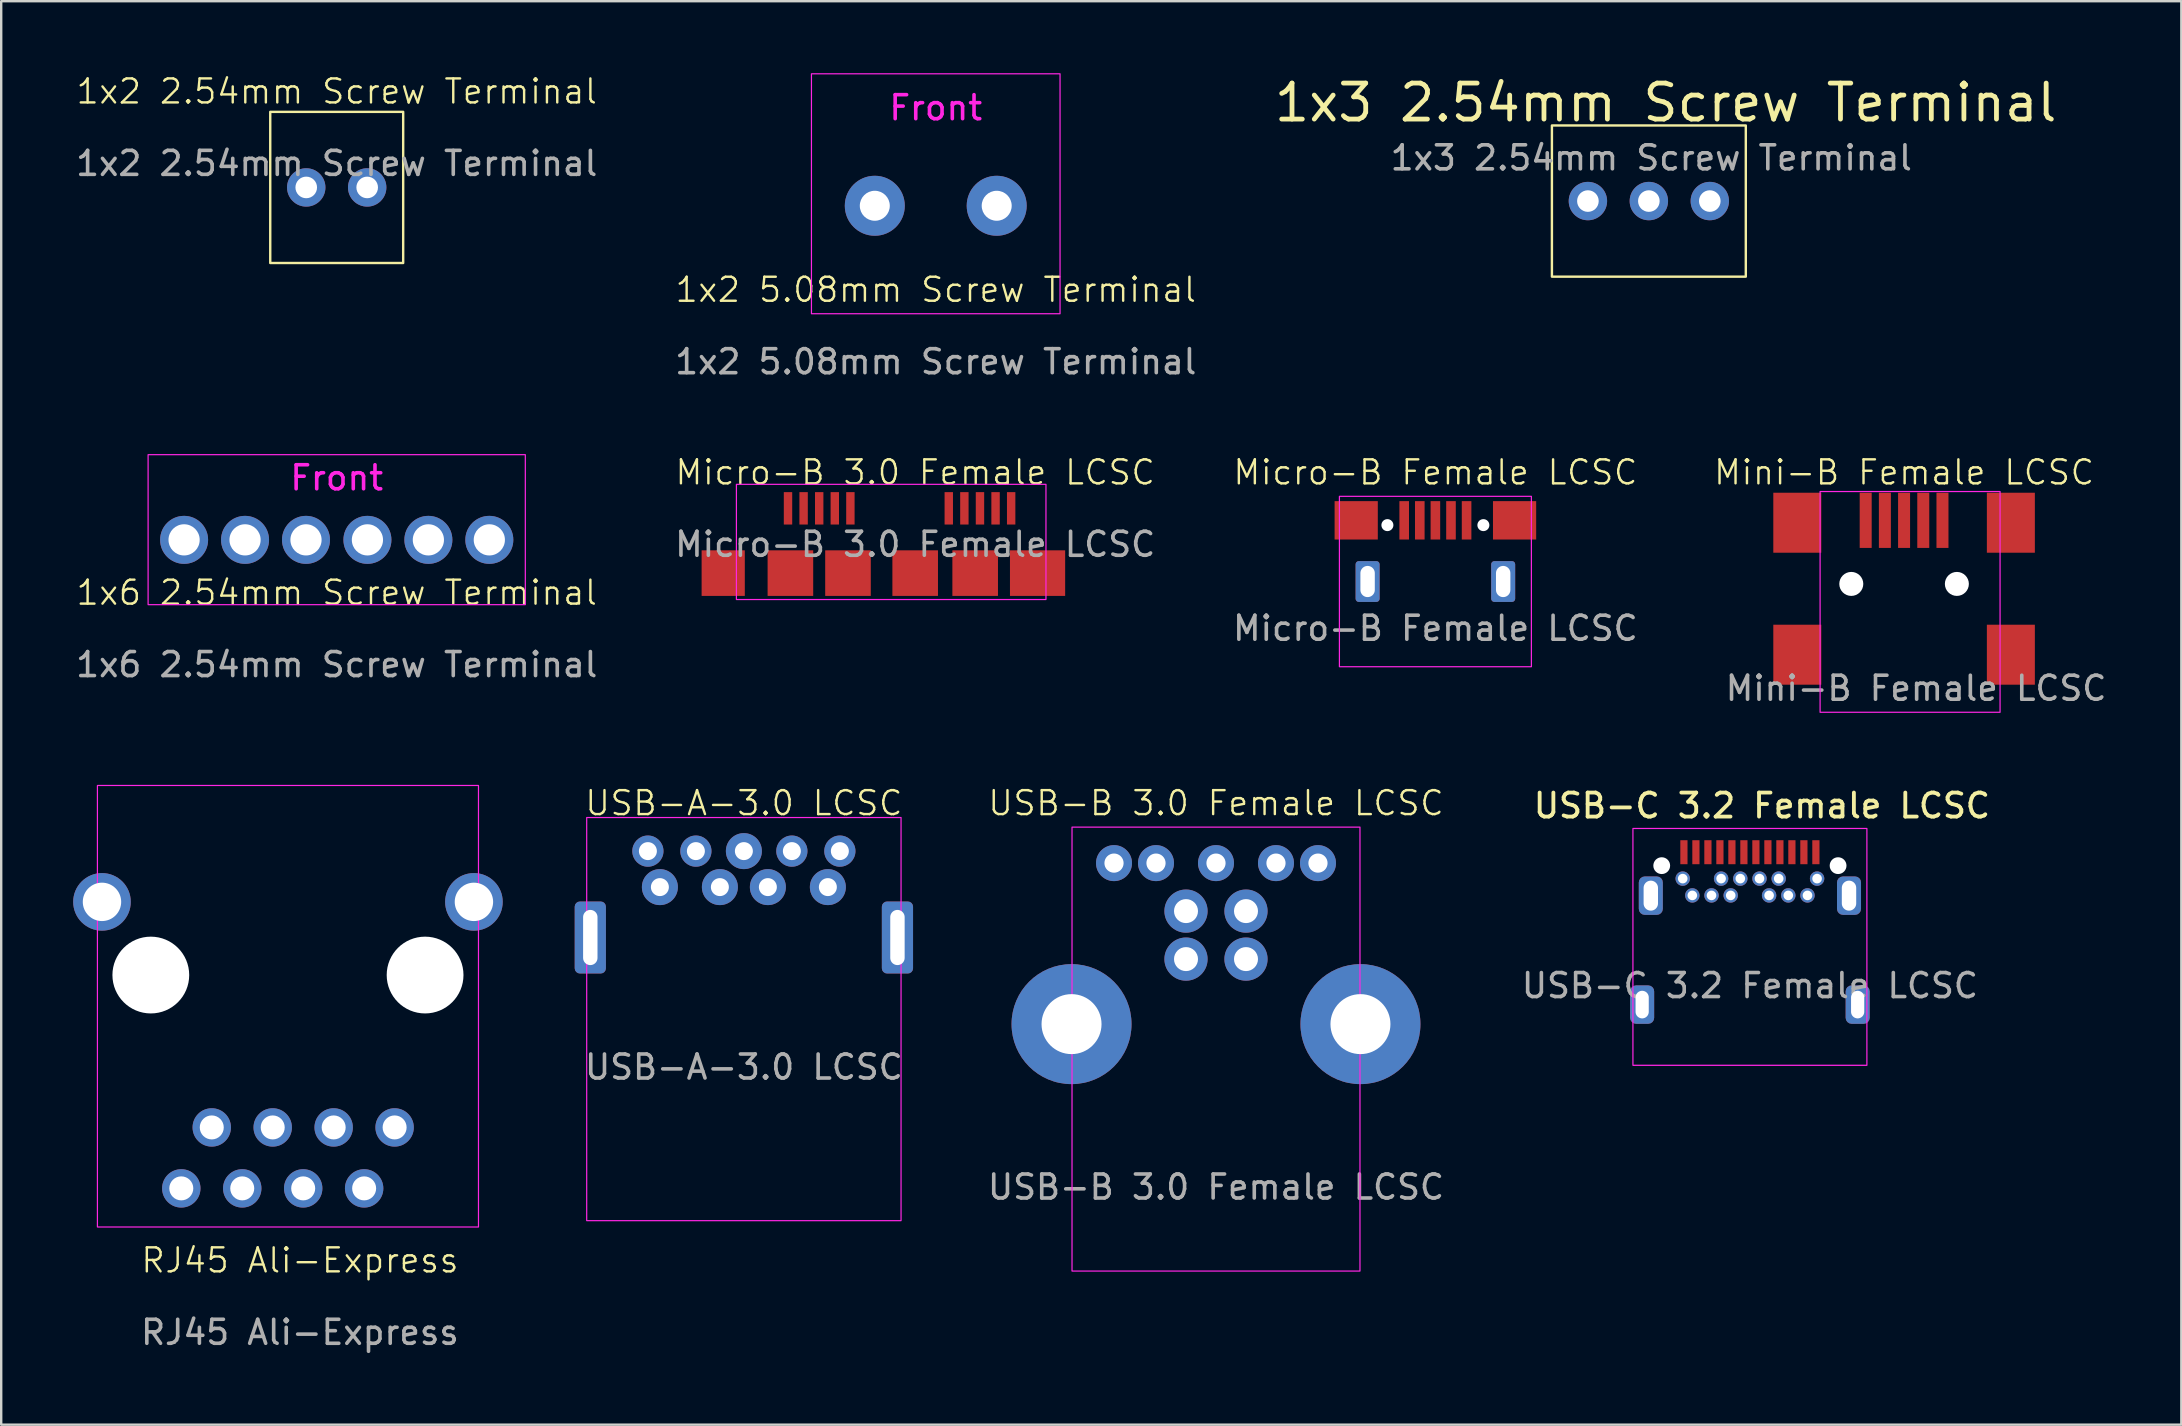
<source format=kicad_pcb>
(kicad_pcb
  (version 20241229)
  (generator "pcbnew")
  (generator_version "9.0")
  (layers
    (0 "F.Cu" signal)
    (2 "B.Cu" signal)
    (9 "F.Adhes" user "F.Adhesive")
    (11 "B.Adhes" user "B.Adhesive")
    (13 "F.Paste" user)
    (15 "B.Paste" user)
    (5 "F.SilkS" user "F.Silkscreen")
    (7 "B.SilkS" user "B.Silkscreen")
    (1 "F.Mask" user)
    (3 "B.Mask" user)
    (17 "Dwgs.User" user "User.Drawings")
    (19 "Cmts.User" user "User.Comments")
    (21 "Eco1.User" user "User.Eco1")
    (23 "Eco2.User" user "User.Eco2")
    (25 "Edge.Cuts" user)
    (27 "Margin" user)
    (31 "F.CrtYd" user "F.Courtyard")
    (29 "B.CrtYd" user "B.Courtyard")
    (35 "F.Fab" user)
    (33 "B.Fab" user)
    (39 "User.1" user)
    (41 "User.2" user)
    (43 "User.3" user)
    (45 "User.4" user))
  (footprint "1x3 2.54mm Screw Terminal"
    (layer "F.Cu")
    (at 65.664 5.329)
    (property "Reference" "1x3 2.54mm Screw Terminal" (at 0.7 -4.1 0) (unlocked yes) (layer "F.SilkS") (effects (font (size 1.5 1.5) (thickness 0.2))))
    (attr through_hole)
    (fp_rect (start -4.04 -3.15) (end 4.04 3.15) (stroke (width 0.1) (type solid)) (fill no) (layer "F.SilkS"))
    (fp_text user "${REFERENCE}" (at 0.1 -1.8 0) (unlocked yes) (layer "F.Fab") (effects (font (size 1 1) (thickness 0.15))))
    (pad "1" thru_hole circle (at -2.54 0) (size 1.6 1.6) (drill 0.9) (layers "*.Cu" "*.Mask"))
    (pad "2" thru_hole circle (at 0 0) (size 1.6 1.6) (drill 0.9) (layers "*.Cu" "*.Mask"))
    (pad "3" thru_hole circle (at 2.54 0) (size 1.6 1.6) (drill 0.9) (layers "*.Cu" "*.Mask")))
  (footprint "1x2 5.08mm Screw Terminal"
    (layer "F.Cu")
    (at 35.946 5.525)
    (property "Reference" "1x2 5.08mm Screw Terminal" (at 0 3.5 0) (unlocked yes) (layer "F.SilkS") (effects (font (size 1 1) (thickness 0.1))))
    (attr through_hole)
    (fp_rect (start -5.18 -5.5) (end 5.18 4.5) (stroke (width 0.05) (type default)) (fill no) (layer "F.CrtYd"))
    (fp_text user "Front" (at 0 -3.5 0) (unlocked yes) (layer "F.CrtYd") (effects (font (size 1 1) (thickness 0.15)) (justify bottom)))
    (fp_text user "${REFERENCE}" (at 0 6.5 0) (unlocked yes) (layer "F.Fab") (effects (font (size 1 1) (thickness 0.15))))
    (pad "1" thru_hole circle (at -2.54 0) (size 2.5 2.5) (drill 1.25) (layers "*.Cu" "*.Mask"))
    (pad "2" thru_hole circle (at 2.54 0) (size 2.5 2.5) (drill 1.25) (layers "*.Cu" "*.Mask")))
  (footprint "RJ45 Ali-Express"
    (layer "F.Cu")
    (at 8.95 46.474)
    (property "Reference" "RJ45 Ali-Express" (at 0.5 3 0) (unlocked yes) (layer "F.SilkS") (effects (font (size 1 1) (thickness 0.1))))
    (attr through_hole)
    (fp_rect (start -7.94 -16.79) (end 7.94 1.61) (stroke (width 0.05) (type default)) (fill no) (layer "F.CrtYd"))
    (fp_text user "${REFERENCE}" (at 0.5 6 0) (unlocked yes) (layer "F.Fab") (effects (font (size 1 1) (thickness 0.15))))
    (pad "" np_thru_hole circle (at -5.715 -8.89) (size 3.2 3.2) (drill 3.2) (layers "*.Cu" "*.Mask"))
    (pad "" np_thru_hole circle (at 5.715 -8.89) (size 3.2 3.2) (drill 3.2) (layers "*.Cu" "*.Mask"))
    (pad "1" thru_hole circle (at -4.445 0) (size 1.6 1.6) (drill 1) (layers "*.Cu" "*.Mask"))
    (pad "2" thru_hole circle (at -1.905 0) (size 1.6 1.6) (drill 1) (layers "*.Cu" "*.Mask"))
    (pad "3" thru_hole circle (at 0.635 0) (size 1.6 1.6) (drill 1) (layers "*.Cu" "*.Mask"))
    (pad "4" thru_hole circle (at 3.175 0) (size 1.6 1.6) (drill 1) (layers "*.Cu" "*.Mask"))
    (pad "5" thru_hole circle (at 4.445 -2.54) (size 1.6 1.6) (drill 1) (layers "*.Cu" "*.Mask"))
    (pad "6" thru_hole circle (at 1.905 -2.54) (size 1.6 1.6) (drill 1) (layers "*.Cu" "*.Mask"))
    (pad "7" thru_hole circle (at -0.635 -2.54) (size 1.6 1.6) (drill 1) (layers "*.Cu" "*.Mask"))
    (pad "8" thru_hole circle (at -3.175 -2.54) (size 1.6 1.6) (drill 1) (layers "*.Cu" "*.Mask"))
    (pad "SH" thru_hole circle (at -7.75 -11.94) (size 2.4 2.4) (drill 1.6) (layers "*.Cu" "*.Mask"))
    (pad "SH" thru_hole circle (at 7.75 -11.94) (size 2.4 2.4) (drill 1.6) (layers "*.Cu" "*.Mask")))
  (footprint "USB-C 3.2 Female LCSC"
    (layer "F.Cu")
    (at 69.875 33.025)
    (property "Reference" "USB-C 3.2 Female LCSC" (at 0.5 -2.5 0) (unlocked yes) (layer "F.SilkS") (effects (font (size 1 1) (thickness 0.16))))
    (attr through_hole)
    (fp_rect (start -4.875 -1.55) (end 4.875 8.32) (stroke (width 0.05) (type solid)) (fill no) (layer "F.CrtYd"))
    (fp_text user "${REFERENCE}" (at 0 5 0) (unlocked yes) (layer "F.Fab") (effects (font (size 1 1) (thickness 0.15))))
    (pad "" np_thru_hole circle (at -3.675 0) (size 0.7 0.7) (drill 0.7) (layers "*.Cu" "*.Mask"))
    (pad "" np_thru_hole circle (at 3.675 0) (size 0.7 0.7) (drill oval 1 0.7) (layers "*.Cu" "*.Mask"))
    (pad "A1" smd rect (at -2.75 -0.56) (size 0.3 1) (layers "F.Cu" "F.Mask" "F.Paste"))
    (pad "A2" smd rect (at -2.25 -0.56) (size 0.3 1) (layers "F.Cu" "F.Mask" "F.Paste"))
    (pad "A3" smd rect (at -1.75 -0.56) (size 0.3 1) (layers "F.Cu" "F.Mask" "F.Paste"))
    (pad "A4" smd rect (at -1.25 -0.56) (size 0.3 1) (layers "F.Cu" "F.Mask" "F.Paste"))
    (pad "A5" smd rect (at -0.75 -0.56) (size 0.3 1) (layers "F.Cu" "F.Mask" "F.Paste"))
    (pad "A6" smd rect (at -0.25 -0.56) (size 0.3 1) (layers "F.Cu" "F.Mask" "F.Paste"))
    (pad "A7" smd rect (at 0.25 -0.56) (size 0.3 1) (layers "F.Cu" "F.Mask" "F.Paste"))
    (pad "A8" smd rect (at 0.75 -0.56) (size 0.3 1) (layers "F.Cu" "F.Mask" "F.Paste"))
    (pad "A9" smd rect (at 1.25 -0.56) (size 0.3 1) (layers "F.Cu" "F.Mask" "F.Paste"))
    (pad "A10" smd rect (at 1.75 -0.56) (size 0.3 1) (layers "F.Cu" "F.Mask" "F.Paste"))
    (pad "A11" smd rect (at 2.25 -0.56) (size 0.3 1) (layers "F.Cu" "F.Mask" "F.Paste"))
    (pad "A12" smd rect (at 2.75 -0.56) (size 0.3 1) (layers "F.Cu" "F.Mask" "F.Paste"))
    (pad "B1" thru_hole circle (at 2.8 0.54) (size 0.6 0.6) (drill 0.4) (layers "*.Cu" "*.Mask"))
    (pad "B2" thru_hole circle (at 2.4 1.24) (size 0.6 0.6) (drill 0.4) (layers "*.Cu" "*.Mask"))
    (pad "B3" thru_hole circle (at 1.6 1.24) (size 0.6 0.6) (drill 0.4) (layers "*.Cu" "*.Mask"))
    (pad "B4" thru_hole circle (at 1.2 0.54) (size 0.6 0.6) (drill 0.4) (layers "*.Cu" "*.Mask"))
    (pad "B5" thru_hole circle (at 0.8 1.24) (size 0.6 0.6) (drill 0.4) (layers "*.Cu" "*.Mask"))
    (pad "B6" thru_hole circle (at 0.4 0.54) (size 0.6 0.6) (drill 0.4) (layers "*.Cu" "*.Mask"))
    (pad "B7" thru_hole circle (at -0.4 0.54) (size 0.6 0.6) (drill 0.4) (layers "*.Cu" "*.Mask"))
    (pad "B8" thru_hole circle (at -0.8 1.24) (size 0.6 0.6) (drill 0.4) (layers "*.Cu" "*.Mask"))
    (pad "B9" thru_hole circle (at -1.2 0.54) (size 0.6 0.6) (drill 0.4) (layers "*.Cu" "*.Mask"))
    (pad "B10" thru_hole circle (at -1.6 1.24) (size 0.6 0.6) (drill 0.4) (layers "*.Cu" "*.Mask"))
    (pad "B11" thru_hole circle (at -2.4 1.24) (size 0.6 0.6) (drill 0.4) (layers "*.Cu" "*.Mask"))
    (pad "B12" thru_hole circle (at -2.8 0.54) (size 0.6 0.6) (drill 0.4) (layers "*.Cu" "*.Mask"))
    (pad "S1" thru_hole roundrect (at -4.49 5.79) (size 1 1.6) (drill oval 0.55 1.15) (layers "*.Cu" "*.Mask") (roundrect_rratio 0.25))
    (pad "S1" thru_hole roundrect (at -4.13 1.25) (size 1 1.6) (drill oval 0.6 1.25) (layers "*.Cu" "*.Mask") (roundrect_rratio 0.25))
    (pad "S1" thru_hole roundrect (at 4.13 1.25) (size 1 1.6) (drill oval 0.6 1.25) (layers "*.Cu" "*.Mask") (roundrect_rratio 0.25))
    (pad "S1" thru_hole roundrect (at 4.49 5.79) (size 1 1.6) (drill oval 0.55 1.15) (layers "*.Cu" "*.Mask") (roundrect_rratio 0.25)))
  (footprint "Micro-B Female LCSC"
    (layer "F.Cu")
    (at 56.768 18.634)
    (property "Reference" "Micro-B Female LCSC" (at 0 -2 0) (unlocked yes) (layer "F.SilkS") (effects (font (size 1 1) (thickness 0.1))))
    (attr smd)
    (fp_rect (start -4 -1) (end 4 6.1) (stroke (width 0.05) (type default)) (fill no) (layer "F.CrtYd"))
    (fp_text user "${REFERENCE}" (at 0 4.5 0) (unlocked yes) (layer "F.Fab") (effects (font (size 1 1) (thickness 0.15))))
    (pad "" np_thru_hole circle (at -2 0.2) (size 0.5 0.5) (drill 0.5) (layers "*.Cu" "*.Mask"))
    (pad "" np_thru_hole circle (at 2 0.2) (size 0.5 0.5) (drill 0.5) (layers "*.Cu" "*.Mask"))
    (pad "1" smd rect (at -1.3 0) (size 0.4 1.6) (layers "F.Cu" "F.Mask" "F.Paste"))
    (pad "2" smd rect (at -0.65 0) (size 0.4 1.6) (layers "F.Cu" "F.Mask" "F.Paste"))
    (pad "3" smd rect (at 0 0) (size 0.4 1.6) (layers "F.Cu" "F.Mask" "F.Paste"))
    (pad "4" smd rect (at 0.65 0) (size 0.4 1.6) (layers "F.Cu" "F.Mask" "F.Paste"))
    (pad "5" smd rect (at 1.3 0) (size 0.4 1.6) (layers "F.Cu" "F.Mask" "F.Paste"))
    (pad "6" smd rect (at -3.3 0) (size 1.8 1.6) (layers "F.Cu" "F.Mask" "F.Paste"))
    (pad "6" thru_hole roundrect (at -2.825 2.55) (size 1 1.7) (drill oval 0.6 1.3) (layers "*.Cu" "*.Mask") (roundrect_rratio 0.132))
    (pad "6" thru_hole roundrect (at 2.825 2.55) (size 1 1.7) (drill oval 0.6 1.3) (layers "*.Cu" "*.Mask") (roundrect_rratio 0.132))
    (pad "6" smd rect (at 3.3 0) (size 1.8 1.6) (layers "F.Cu" "F.Mask" "F.Paste")))
  (footprint "USB-A-3.0 LCSC"
    (layer "F.Cu")
    (at 27.95 33.919)
    (property "Reference" "USB-A-3.0 LCSC" (at 0 -3.5 0) (unlocked yes) (layer "F.SilkS") (effects (font (size 1 1) (thickness 0.1))))
    (attr through_hole)
    (fp_rect (start -6.55 -2.9) (end 6.55 13.9) (stroke (width 0.05) (type default)) (fill no) (layer "F.CrtYd"))
    (fp_text user "${REFERENCE}" (at 0 7.5 0) (unlocked yes) (layer "F.Fab") (effects (font (size 1 1) (thickness 0.15))))
    (pad "1" thru_hole circle (at -3.5 0) (size 1.5 1.5) (drill 0.75) (layers "*.Cu" "*.Mask"))
    (pad "2" thru_hole circle (at -1 0) (size 1.5 1.5) (drill 0.75) (layers "*.Cu" "*.Mask"))
    (pad "3" thru_hole circle (at 1 0) (size 1.5 1.5) (drill 0.75) (layers "*.Cu" "*.Mask"))
    (pad "4" thru_hole circle (at 3.5 0) (size 1.5 1.5) (drill 0.75) (layers "*.Cu" "*.Mask"))
    (pad "5" thru_hole circle (at 4 -1.5) (size 1.3 1.3) (drill 0.75) (layers "*.Cu" "*.Mask"))
    (pad "6" thru_hole circle (at 2 -1.5) (size 1.3 1.3) (drill 0.75) (layers "*.Cu" "*.Mask"))
    (pad "7" thru_hole circle (at 0 -1.5) (size 1.5 1.5) (drill 0.75) (layers "*.Cu" "*.Mask"))
    (pad "8" thru_hole circle (at -2 -1.5) (size 1.3 1.3) (drill 0.75) (layers "*.Cu" "*.Mask"))
    (pad "9" thru_hole circle (at -4 -1.5) (size 1.3 1.3) (drill 0.75) (layers "*.Cu" "*.Mask"))
    (pad "10" thru_hole roundrect (at -6.4 2.1) (size 1.3 3) (drill oval 0.6 2.3) (layers "*.Cu" "*.Mask") (roundrect_rratio 0.167))
    (pad "10" thru_hole roundrect (at 6.4 2.1) (size 1.3 3) (drill oval 0.6 2.3) (layers "*.Cu" "*.Mask") (roundrect_rratio 0.167)))
  (footprint "1x2 2.54mm Screw Terminal"
    (layer "F.Cu")
    (at 10.982 4.761)
    (property "Reference" "1x2 2.54mm Screw Terminal" (at 0 -4 0) (unlocked yes) (layer "F.SilkS") (effects (font (size 1 1) (thickness 0.1))))
    (attr through_hole)
    (fp_rect (start -2.77 -3.15) (end 2.77 3.15) (stroke (width 0.1) (type solid)) (fill no) (layer "F.SilkS"))
    (fp_text user "${REFERENCE}" (at 0 -1 0) (unlocked yes) (layer "F.Fab") (effects (font (size 1 1) (thickness 0.15))))
    (pad "1" thru_hole circle (at -1.27 0) (size 1.6 1.6) (drill 0.9) (layers "*.Cu" "*.Mask"))
    (pad "2" thru_hole circle (at 1.27 0) (size 1.6 1.6) (drill 0.9) (layers "*.Cu" "*.Mask")))
  (footprint "Mini-B Female LCSC"
    (layer "F.Cu")
    (at 76.3 18.634)
    (property "Reference" "Mini-B Female LCSC" (at 0 -2 0) (unlocked yes) (layer "F.SilkS") (effects (font (size 1 1) (thickness 0.1))))
    (attr smd)
    (fp_rect (start -3.5 -1.2) (end 4 8) (stroke (width 0.05) (type default)) (fill no) (layer "F.CrtYd"))
    (fp_text user "${REFERENCE}" (at 0.5 7 0) (unlocked yes) (layer "F.Fab") (effects (font (size 1 1) (thickness 0.15))))
    (pad "" np_thru_hole circle (at -2.2 2.65) (size 1 1) (drill 1) (layers "*.Cu" "*.Mask"))
    (pad "" np_thru_hole circle (at 2.2 2.65) (size 1 1) (drill 1) (layers "*.Cu" "*.Mask"))
    (pad "1" smd rect (at -1.6 0) (size 0.5 2.3) (layers "F.Cu" "F.Mask" "F.Paste"))
    (pad "2" smd rect (at -0.8 0) (size 0.5 2.3) (layers "F.Cu" "F.Mask" "F.Paste"))
    (pad "3" smd rect (at 0 0) (size 0.5 2.3) (layers "F.Cu" "F.Mask" "F.Paste"))
    (pad "4" smd rect (at 0.8 0) (size 0.5 2.3) (layers "F.Cu" "F.Mask" "F.Paste"))
    (pad "5" smd rect (at 1.6 0) (size 0.5 2.3) (layers "F.Cu" "F.Mask" "F.Paste"))
    (pad "6" smd rect (at -4.45 0.1) (size 2 2.5) (layers "F.Cu" "F.Mask" "F.Paste"))
    (pad "6" smd rect (at -4.45 5.6) (size 2 2.5) (layers "F.Cu" "F.Mask" "F.Paste"))
    (pad "6" smd rect (at 4.45 0.1) (size 2 2.5) (layers "F.Cu" "F.Mask" "F.Paste"))
    (pad "6" smd rect (at 4.45 5.6) (size 2 2.5) (layers "F.Cu" "F.Mask" "F.Paste")))
  (footprint "1x6 2.54mm Screw Terminal"
    (layer "F.Cu")
    (at 10.982 19.448)
    (property "Reference" "1x6 2.54mm Screw Terminal" (at 0 2.2 0) (unlocked yes) (layer "F.SilkS") (effects (font (size 1 1) (thickness 0.1))))
    (attr through_hole)
    (fp_rect (start -7.86 -3.55) (end 7.86 2.7) (stroke (width 0.05) (type default)) (fill no) (layer "F.CrtYd"))
    (fp_text user "Front" (at 0 -2 0) (unlocked yes) (layer "F.CrtYd") (effects (font (size 1 1) (thickness 0.15)) (justify bottom)))
    (fp_text user "${REFERENCE}" (at 0 5.2 0) (unlocked yes) (layer "F.Fab") (effects (font (size 1 1) (thickness 0.15))))
    (pad "1" thru_hole circle (at -6.36 0) (size 2 2) (drill 1.3) (layers "*.Cu" "*.Mask"))
    (pad "2" thru_hole circle (at -3.82 0) (size 2 2) (drill 1.3) (layers "*.Cu" "*.Mask"))
    (pad "3" thru_hole circle (at -1.28 0) (size 2 2) (drill 1.3) (layers "*.Cu" "*.Mask"))
    (pad "4" thru_hole circle (at 1.28 0) (size 2 2) (drill 1.3) (layers "*.Cu" "*.Mask"))
    (pad "5" thru_hole circle (at 3.82 0) (size 2 2) (drill 1.3) (layers "*.Cu" "*.Mask"))
    (pad "6" thru_hole circle (at 6.36 0) (size 2 2) (drill 1.3) (layers "*.Cu" "*.Mask")))
  (footprint "Micro-B 3.0 Female LCSC"
    (layer "F.Cu")
    (at 31.089 18.134)
    (property "Reference" "Micro-B 3.0 Female LCSC" (at 4 -1.5 0) (unlocked yes) (layer "F.SilkS") (effects (font (size 1 1) (thickness 0.1))))
    (attr smd)
    (fp_rect (start -3.45 -1) (end 9.45 3.8) (stroke (width 0.05) (type default)) (fill no) (layer "F.CrtYd"))
    (fp_text user "${REFERENCE}" (at 4 1.5 0) (unlocked yes) (layer "F.Fab") (effects (font (size 1 1) (thickness 0.15))))
    (pad "1" smd rect (at -1.3 0) (size 0.35 1.35) (layers "F.Cu" "F.Mask" "F.Paste"))
    (pad "2" smd rect (at -0.65 0) (size 0.35 1.35) (layers "F.Cu" "F.Mask" "F.Paste"))
    (pad "3" smd rect (at 0 0) (size 0.35 1.35) (layers "F.Cu" "F.Mask" "F.Paste"))
    (pad "4" smd rect (at 0.65 0) (size 0.35 1.35) (layers "F.Cu" "F.Mask" "F.Paste"))
    (pad "5" smd rect (at 1.3 0) (size 0.35 1.35) (layers "F.Cu" "F.Mask" "F.Paste"))
    (pad "6" smd rect (at 5.4 0) (size 0.35 1.35) (layers "F.Cu" "F.Mask" "F.Paste"))
    (pad "7" smd rect (at 6.05 0) (size 0.35 1.35) (layers "F.Cu" "F.Mask" "F.Paste"))
    (pad "8" smd rect (at 6.7 0) (size 0.35 1.35) (layers "F.Cu" "F.Mask" "F.Paste"))
    (pad "9" smd rect (at 7.35 0) (size 0.35 1.35) (layers "F.Cu" "F.Mask" "F.Paste"))
    (pad "10" smd rect (at 8 0) (size 0.35 1.35) (layers "F.Cu" "F.Mask" "F.Paste"))
    (pad "11" smd rect (at -4 2.7) (size 1.8 1.9) (layers "F.Cu" "F.Mask" "F.Paste"))
    (pad "11" smd rect (at -1.2 2.7) (size 1.9 1.9) (layers "F.Cu" "F.Mask" "F.Paste"))
    (pad "11" smd rect (at 1.2 2.7) (size 1.9 1.9) (layers "F.Cu" "F.Mask" "F.Paste"))
    (pad "11" smd rect (at 4 2.7) (size 1.9 1.9) (layers "F.Cu" "F.Mask" "F.Paste"))
    (pad "11" smd rect (at 6.5 2.7) (size 1.9 1.9) (layers "F.Cu" "F.Mask" "F.Paste"))
    (pad "11" smd rect (at 9.1 2.7) (size 2.3 1.9) (layers "F.Cu" "F.Mask" "F.Paste")))
  (footprint "USB-B 3.0 Female LCSC"
    (layer "F.Cu")
    (at 47.625 34.919)
    (property "Reference" "USB-B 3.0 Female LCSC" (at 0 -4.5 0) (unlocked yes) (layer "F.SilkS") (effects (font (size 1 1) (thickness 0.1))))
    (attr through_hole)
    (fp_rect (start -6 -3.5) (end 6 15) (stroke (width 0.05) (type default)) (fill no) (layer "F.CrtYd"))
    (fp_text user "${REFERENCE}" (at 0 11.5 0) (unlocked yes) (layer "F.Fab") (effects (font (size 1 1) (thickness 0.15))))
    (pad "1" thru_hole circle (at 1.25 0) (size 1.8 1.8) (drill 1) (layers "*.Cu" "*.Mask"))
    (pad "2" thru_hole circle (at -1.25 0) (size 1.8 1.8) (drill 1) (layers "*.Cu" "*.Mask"))
    (pad "3" thru_hole circle (at -1.25 2) (size 1.8 1.8) (drill 1) (layers "*.Cu" "*.Mask"))
    (pad "4" thru_hole circle (at 1.25 2) (size 1.8 1.8) (drill 1) (layers "*.Cu" "*.Mask"))
    (pad "5" thru_hole circle (at -4.25 -2) (size 1.5 1.5) (drill 0.8) (layers "*.Cu" "*.Mask"))
    (pad "6" thru_hole circle (at -2.5 -2) (size 1.5 1.5) (drill 0.8) (layers "*.Cu" "*.Mask"))
    (pad "7" thru_hole circle (at 0 -2) (size 1.5 1.5) (drill 0.8) (layers "*.Cu" "*.Mask"))
    (pad "8" thru_hole circle (at 2.5 -2) (size 1.5 1.5) (drill 0.8) (layers "*.Cu" "*.Mask"))
    (pad "9" thru_hole circle (at 4.25 -2) (size 1.5 1.5) (drill 0.8) (layers "*.Cu" "*.Mask"))
    (pad "10" thru_hole circle (at -6.02 4.71) (size 5 5) (drill 2.5) (layers "*.Cu" "*.Mask"))
    (pad "10" thru_hole circle (at 6.02 4.71) (size 5 5) (drill 2.5) (layers "*.Cu" "*.Mask")))
  (gr_rect
    (start -3 -3)
    (end 87.854 56.322)
    (stroke (width 0.1) (type default))
    (fill no)
    (layer "Edge.Cuts")))
</source>
